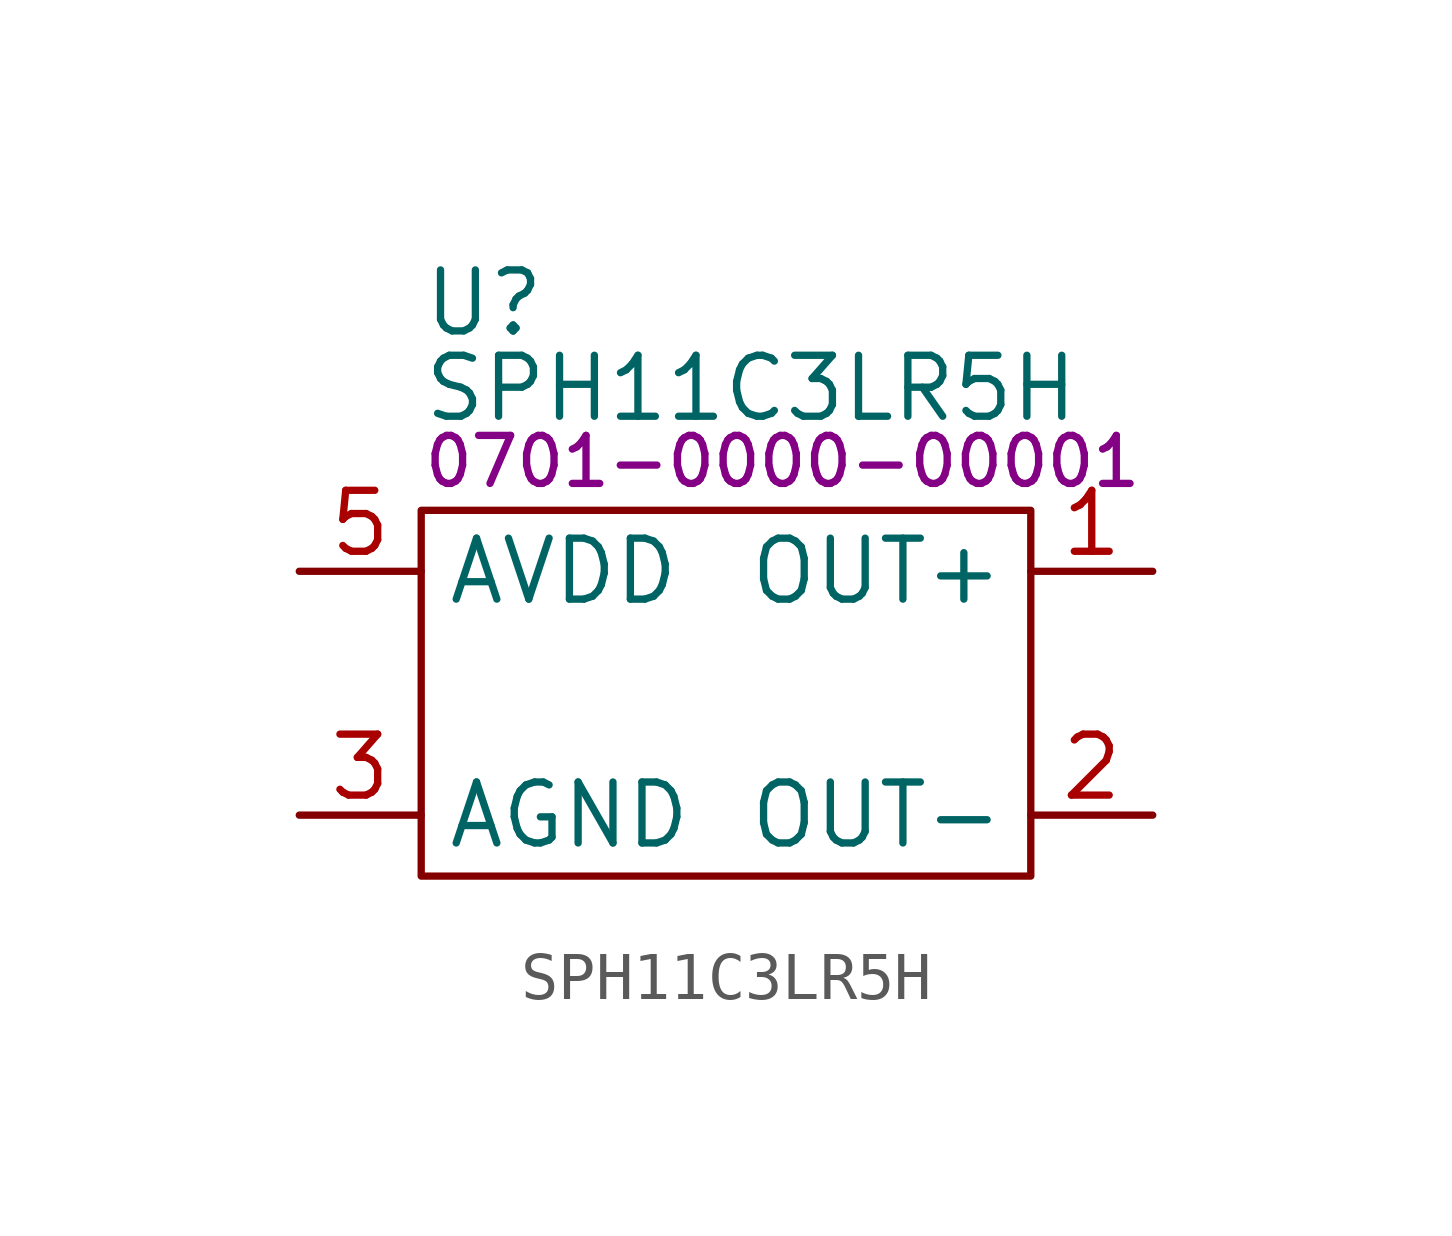
<source format=kicad_sym>
(kicad_symbol_lib
  (version 20231120)
  (generator "kicad_symbol_editor")
  (generator_version "8.0")
  (symbol "SPH11C3LR5H"
    (property "Reference" "U"
      (at 0 4.318 0)
      (effects (font (size 1.27 1.27)) (justify left)))
    (property "Value" "SPH11C3LR5H"
      (at 0 2.54 0)
      (effects (font (size 1.27 1.27)) (justify left)))
    (property "PartNumber" "0701-0000-00001"
      (at 0 1.016 0)
      (effects (font (size 1 1)) (justify left)))
    (symbol "SPH11C3LR5H_0_1"
      (rectangle (start 0 0) (end 12.7 -7.62) (stroke (width 0) (type default)) (fill (type none))))
    (symbol "SPH11C3LR5H_1_0"
      (pin unspecified line (at 15.24 -1.27 180) (length 2.54) (name "OUT+" (effects (font (size 1.27 1.27)))) (number "1" (effects (font (size 1.27 1.27)))))
      (pin unspecified line (at 15.24 -6.35 180) (length 2.54) (name "OUT-" (effects (font (size 1.27 1.27)))) (number "2" (effects (font (size 1.27 1.27)))))
      (pin unspecified line (at -2.54 -6.35 0) (length 2.54) (name "AGND" (effects (font (size 1.27 1.27)))) (number "3" (effects (font (size 1.27 1.27)))))
      (pin unspecified line (at -2.54 -6.35 0) (length 2.54) hide (name "AGND" (effects (font (size 1.27 1.27)))) (number "4" (effects (font (size 1.27 1.27)))))
      (pin unspecified line (at -2.54 -1.27 0) (length 2.54) (name "AVDD" (effects (font (size 1.27 1.27)))) (number "5" (effects (font (size 1.27 1.27))))))))
</source>
